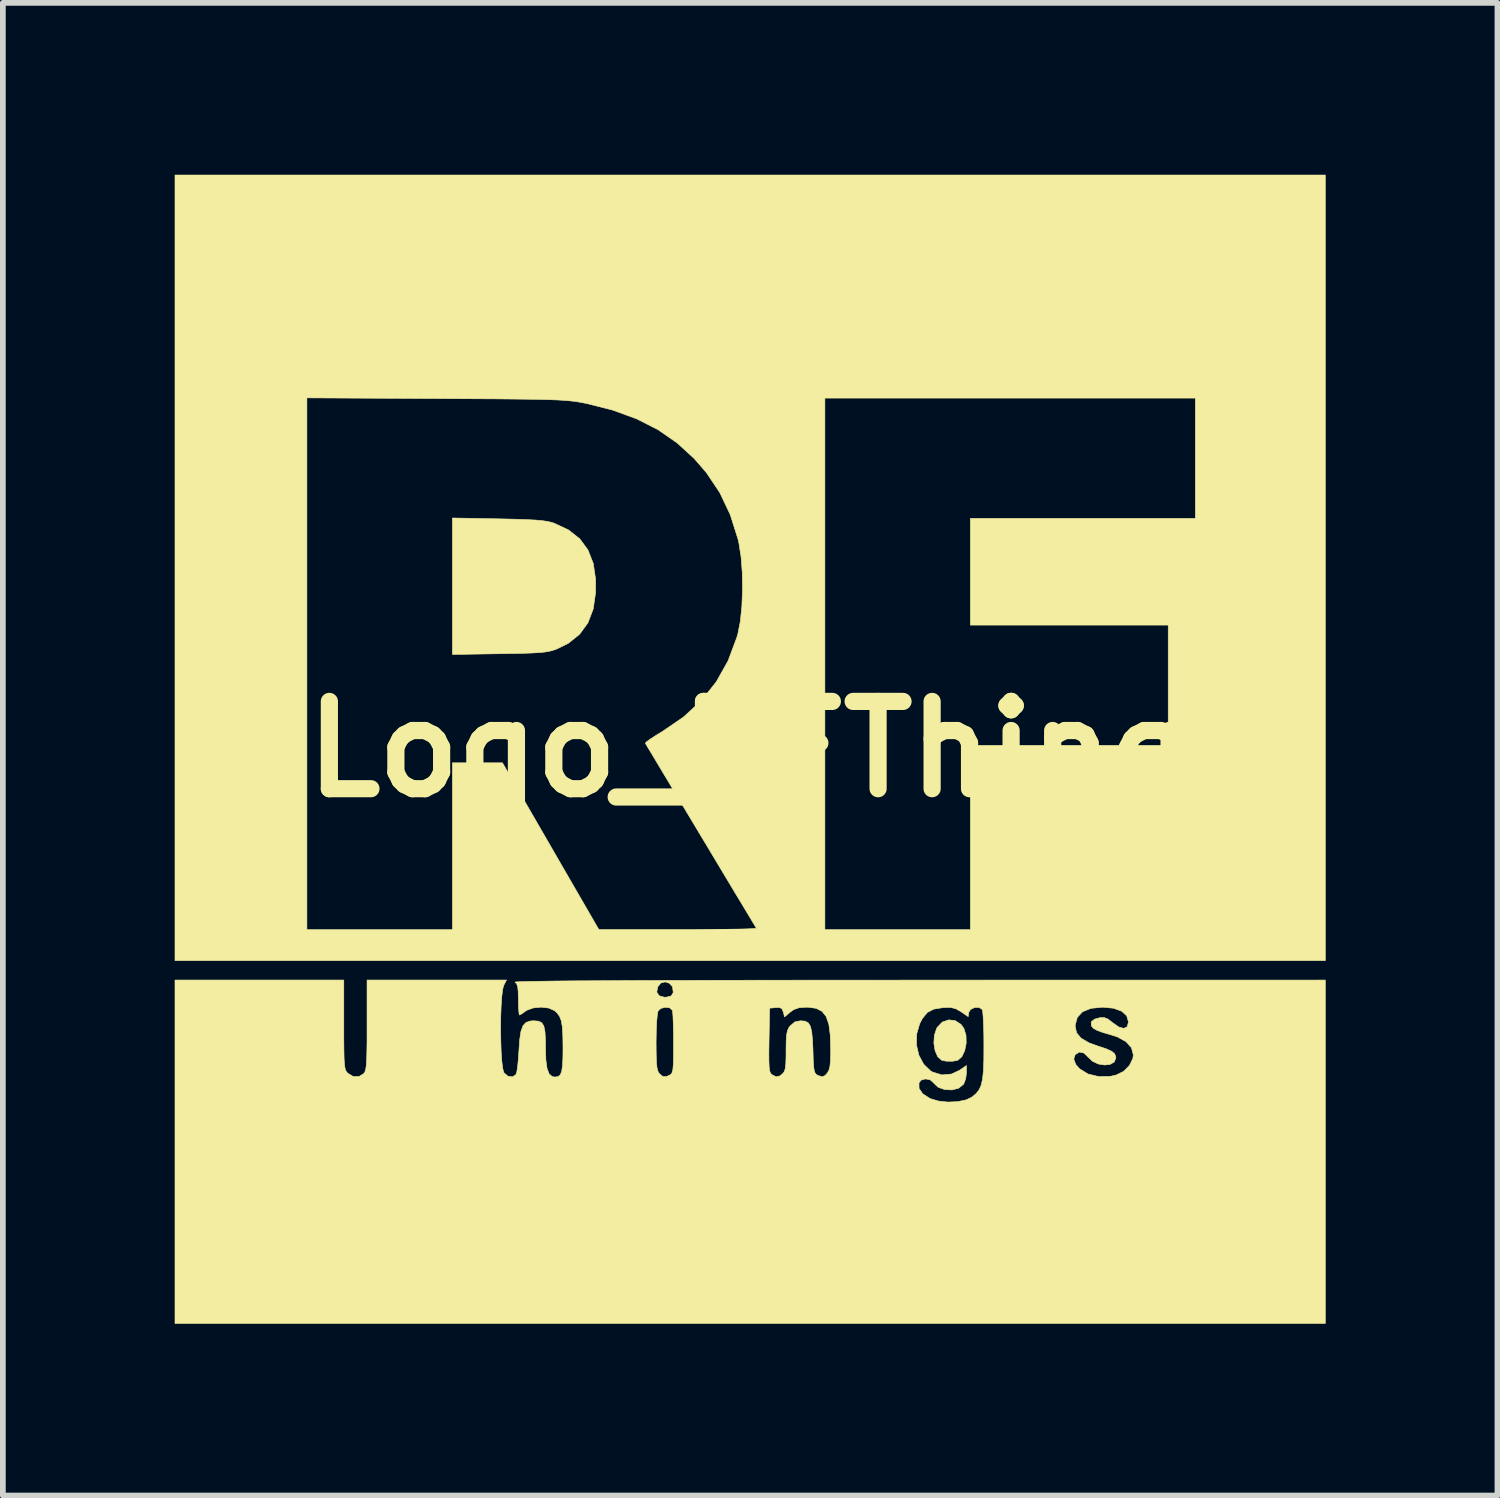
<source format=kicad_pcb>
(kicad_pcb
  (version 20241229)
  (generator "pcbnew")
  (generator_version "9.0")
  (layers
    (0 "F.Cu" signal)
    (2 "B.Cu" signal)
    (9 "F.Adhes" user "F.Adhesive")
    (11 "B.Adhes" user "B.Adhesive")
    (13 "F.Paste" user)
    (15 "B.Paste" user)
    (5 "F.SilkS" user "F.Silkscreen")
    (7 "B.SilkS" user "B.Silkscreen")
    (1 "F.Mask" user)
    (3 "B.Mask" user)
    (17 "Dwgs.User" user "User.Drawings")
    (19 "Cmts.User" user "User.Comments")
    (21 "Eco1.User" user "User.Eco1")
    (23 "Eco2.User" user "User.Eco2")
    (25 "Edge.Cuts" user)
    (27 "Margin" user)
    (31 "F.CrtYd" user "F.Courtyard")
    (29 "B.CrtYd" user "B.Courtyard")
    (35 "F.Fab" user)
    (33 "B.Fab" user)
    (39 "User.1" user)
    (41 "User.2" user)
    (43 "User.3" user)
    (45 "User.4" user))
  (footprint "Logo_RFThing"
    (layer "F.Cu")
    (at 10.03 10.03)
    (property "Reference" "Logo_RFThing" (at 0 0 0) (layer "F.SilkS") (effects (font (size 1.524 1.524) (thickness 0.3))))
    (attr through_hole)
    (fp_poly (pts (xy 3.599 4.74) (xy 3.7 4.807) (xy 3.749 4.877) (xy 3.785 4.997) (xy 3.788 5.133) (xy 3.762 5.264) (xy 3.711 5.37) (xy 3.64 5.431) (xy 3.639 5.431) (xy 3.548 5.448) (xy 3.438 5.446) (xy 3.361 5.43) (xy 3.291 5.369) (xy 3.245 5.263) (xy 3.224 5.132) (xy 3.232 4.995) (xy 3.272 4.874) (xy 3.282 4.856) (xy 3.372 4.763) (xy 3.484 4.725) (xy 3.599 4.74)) (stroke (width 0.01) (type solid)) (fill yes) (layer "F.SilkS"))
    (fp_poly (pts (xy -4.377 -4.022) (xy -4.108 -4.016) (xy -3.897 -4.009) (xy -3.735 -4.001) (xy -3.612 -3.99) (xy -3.518 -3.976) (xy -3.443 -3.958) (xy -3.404 -3.945) (xy -3.153 -3.827) (xy -2.957 -3.672) (xy -2.814 -3.477) (xy -2.722 -3.241) (xy -2.681 -2.961) (xy -2.682 -2.735) (xy -2.723 -2.449) (xy -2.816 -2.206) (xy -2.961 -2.007) (xy -3.158 -1.849) (xy -3.35 -1.754) (xy -3.415 -1.73) (xy -3.48 -1.712) (xy -3.557 -1.698) (xy -3.655 -1.687) (xy -3.783 -1.68) (xy -3.952 -1.674) (xy -4.173 -1.67) (xy -4.36 -1.667) (xy -5.182 -1.654) (xy -5.182 -4.037) (xy -4.377 -4.022)) (stroke (width 0.01) (type solid)) (fill yes) (layer "F.SilkS"))
    (fp_poly (pts (xy 10.058 3.691) (xy -10.025 3.691) (xy -10.025 3.15) (xy -7.722 3.15) (xy -5.182 3.15) (xy -5.182 0.237) (xy -4.308 0.237) (xy -3.467 1.693) (xy -2.625 3.149) (xy -1.243 3.149) (xy -0.945 3.149) (xy -0.67 3.147) (xy -0.424 3.144) (xy -0.216 3.141) (xy -0.051 3.137) (xy 0.063 3.132) (xy 0.119 3.127) (xy 0.124 3.124) (xy 0.104 3.091) (xy 0.053 3.005) (xy -0.027 2.872) (xy -0.132 2.697) (xy -0.26 2.486) (xy -0.405 2.243) (xy -0.567 1.974) (xy -0.74 1.684) (xy -0.847 1.507) (xy -1.026 1.208) (xy -1.195 0.927) (xy -1.35 0.669) (xy -1.488 0.439) (xy -1.606 0.242) (xy -1.7 0.084) (xy -1.769 -0.029) (xy -1.807 -0.093) (xy -1.814 -0.105) (xy -1.792 -0.13) (xy -1.723 -0.18) (xy -1.618 -0.248) (xy -1.52 -0.307) (xy -1.147 -0.562) (xy -0.833 -0.851) (xy -0.574 -1.178) (xy -0.369 -1.543) (xy -0.217 -1.95) (xy -0.198 -2.015) (xy -0.155 -2.233) (xy -0.128 -2.496) (xy -0.117 -2.784) (xy -0.121 -3.078) (xy -0.142 -3.356) (xy -0.18 -3.599) (xy -0.195 -3.665) (xy -0.331 -4.094) (xy -0.513 -4.478) (xy -0.747 -4.828) (xy -0.96 -5.074) (xy -1.26 -5.348) (xy -1.592 -5.578) (xy -1.964 -5.767) (xy -2.383 -5.92) (xy -2.833 -6.034) (xy -2.908 -6.049) (xy -2.979 -6.062) (xy -3.053 -6.073) (xy -3.134 -6.082) (xy -3.229 -6.09) (xy -3.343 -6.097) (xy -3.481 -6.102) (xy -3.65 -6.107) (xy -3.855 -6.11) (xy -4.101 -6.113) (xy -4.394 -6.116) (xy -4.74 -6.118) (xy -5.144 -6.12) (xy -5.461 -6.122) (xy -6.966 -6.13) (xy 1.321 -6.13) (xy 1.321 3.15) (xy 3.861 3.15) (xy 3.861 -0.068) (xy 7.315 -0.068) (xy 7.315 -2.167) (xy 3.861 -2.167) (xy 3.861 -4.03) (xy 7.789 -4.03) (xy 7.789 -6.13) (xy 1.321 -6.13) (xy -6.966 -6.13) (xy -7.722 -6.134) (xy -7.722 3.15) (xy -10.025 3.15) (xy -10.025 -10.025) (xy 10.058 -10.025) (xy 10.058 3.691)) (stroke (width 0.01) (type solid)) (fill yes) (layer "F.SilkS"))
    (fp_poly (pts (xy -7.078 4.809) (xy -7.078 5.059) (xy -7.076 5.251) (xy -7.073 5.392) (xy -7.067 5.493) (xy -7.058 5.561) (xy -7.046 5.606) (xy -7.028 5.636) (xy -7.01 5.656) (xy -6.914 5.713) (xy -6.812 5.714) (xy -6.728 5.662) (xy -6.71 5.634) (xy -6.696 5.591) (xy -6.686 5.525) (xy -6.679 5.426) (xy -6.675 5.286) (xy -6.672 5.097) (xy -6.672 4.849) (xy -6.672 4.815) (xy -6.672 4.03) (xy -4.237 4.03) (xy -4.286 4.123) (xy -4.305 4.195) (xy -4.32 4.32) (xy -4.331 4.484) (xy -4.338 4.675) (xy -4.34 4.879) (xy -4.337 5.083) (xy -4.331 5.274) (xy -4.32 5.44) (xy -4.305 5.566) (xy -4.286 5.641) (xy -4.282 5.648) (xy -4.211 5.71) (xy -4.131 5.719) (xy -4.073 5.681) (xy -4.057 5.631) (xy -4.042 5.53) (xy -4.029 5.393) (xy -4.021 5.274) (xy -4.007 5.07) (xy -3.985 4.924) (xy -3.949 4.827) (xy -3.897 4.771) (xy -3.823 4.745) (xy -3.76 4.741) (xy -3.679 4.748) (xy -3.623 4.775) (xy -3.586 4.832) (xy -3.566 4.929) (xy -3.557 5.077) (xy -3.556 5.223) (xy -3.55 5.429) (xy -3.529 5.576) (xy -3.493 5.669) (xy -3.438 5.716) (xy -3.392 5.723) (xy -3.337 5.716) (xy -3.299 5.686) (xy -3.274 5.625) (xy -3.259 5.523) (xy -3.252 5.371) (xy -3.251 5.206) (xy -3.252 5.117) (xy -1.626 5.117) (xy -1.624 5.315) (xy -1.62 5.456) (xy -1.611 5.553) (xy -1.597 5.615) (xy -1.576 5.654) (xy -1.57 5.662) (xy -1.508 5.714) (xy -1.445 5.715) (xy -1.386 5.688) (xy -1.361 5.67) (xy -1.344 5.64) (xy -1.332 5.586) (xy -1.325 5.499) (xy -1.322 5.368) (xy -1.321 5.289) (xy 0.343 5.289) (xy 0.344 5.441) (xy 0.348 5.546) (xy 0.356 5.613) (xy 0.371 5.654) (xy 0.391 5.678) (xy 0.395 5.681) (xy 0.47 5.719) (xy 0.536 5.703) (xy 0.582 5.667) (xy 0.61 5.631) (xy 0.629 5.577) (xy 0.639 5.49) (xy 0.643 5.356) (xy 0.643 5.266) (xy 0.645 5.102) (xy 0.652 4.991) (xy 0.667 4.916) (xy 0.692 4.861) (xy 0.714 4.831) (xy 0.8 4.759) (xy 0.896 4.741) (xy 0.974 4.748) (xy 1.03 4.776) (xy 1.067 4.834) (xy 1.091 4.931) (xy 1.105 5.078) (xy 1.113 5.257) (xy 1.118 5.428) (xy 1.125 5.544) (xy 1.136 5.617) (xy 1.153 5.659) (xy 1.18 5.684) (xy 1.21 5.699) (xy 1.277 5.719) (xy 1.328 5.694) (xy 1.359 5.659) (xy 1.389 5.611) (xy 1.408 5.546) (xy 1.418 5.449) (xy 1.422 5.305) (xy 1.422 5.237) (xy 1.42 5.163) (xy 2.92 5.163) (xy 2.962 5.343) (xy 3.046 5.5) (xy 3.166 5.616) (xy 3.203 5.637) (xy 3.365 5.686) (xy 3.531 5.671) (xy 3.67 5.606) (xy 3.793 5.522) (xy 3.793 5.649) (xy 3.779 5.755) (xy 3.745 5.844) (xy 3.741 5.85) (xy 3.657 5.918) (xy 3.54 5.948) (xy 3.412 5.942) (xy 3.298 5.901) (xy 3.219 5.827) (xy 3.215 5.82) (xy 3.158 5.771) (xy 3.078 5.756) (xy 3.003 5.776) (xy 2.964 5.824) (xy 2.965 5.923) (xy 3.03 6.016) (xy 3.153 6.096) (xy 3.161 6.1) (xy 3.3 6.142) (xy 3.467 6.16) (xy 3.637 6.153) (xy 3.786 6.122) (xy 3.884 6.076) (xy 3.956 6.017) (xy 4.01 5.952) (xy 4.048 5.87) (xy 4.073 5.762) (xy 4.089 5.617) (xy 4.096 5.425) (xy 4.096 5.41) (xy 5.666 5.41) (xy 5.701 5.503) (xy 5.766 5.578) (xy 5.915 5.67) (xy 6.1 5.715) (xy 6.303 5.711) (xy 6.407 5.688) (xy 6.537 5.624) (xy 6.639 5.521) (xy 6.698 5.398) (xy 6.706 5.336) (xy 6.673 5.211) (xy 6.579 5.106) (xy 6.429 5.023) (xy 6.336 4.993) (xy 6.176 4.946) (xy 6.07 4.907) (xy 6.007 4.871) (xy 5.975 4.831) (xy 5.972 4.824) (xy 5.971 4.759) (xy 6.03 4.713) (xy 6.118 4.688) (xy 6.195 4.684) (xy 6.266 4.713) (xy 6.344 4.774) (xy 6.453 4.85) (xy 6.54 4.874) (xy 6.599 4.845) (xy 6.621 4.764) (xy 6.621 4.76) (xy 6.59 4.653) (xy 6.501 4.573) (xy 6.36 4.522) (xy 6.171 4.504) (xy 6.166 4.504) (xy 5.966 4.524) (xy 5.82 4.583) (xy 5.728 4.681) (xy 5.691 4.817) (xy 5.691 4.836) (xy 5.715 4.95) (xy 5.793 5.044) (xy 5.93 5.125) (xy 6.081 5.18) (xy 6.232 5.23) (xy 6.329 5.274) (xy 6.381 5.319) (xy 6.4 5.372) (xy 6.401 5.39) (xy 6.373 5.46) (xy 6.302 5.502) (xy 6.204 5.513) (xy 6.096 5.496) (xy 5.996 5.45) (xy 5.926 5.384) (xy 5.845 5.305) (xy 5.764 5.287) (xy 5.691 5.332) (xy 5.691 5.332) (xy 5.666 5.41) (xy 4.096 5.41) (xy 4.097 5.182) (xy 4.096 4.986) (xy 4.091 4.812) (xy 4.084 4.672) (xy 4.076 4.578) (xy 4.068 4.544) (xy 4.012 4.508) (xy 3.934 4.51) (xy 3.864 4.544) (xy 3.833 4.595) (xy 3.823 4.669) (xy 3.698 4.583) (xy 3.611 4.533) (xy 3.527 4.51) (xy 3.414 4.51) (xy 3.379 4.512) (xy 3.221 4.538) (xy 3.108 4.597) (xy 3.022 4.704) (xy 2.976 4.792) (xy 2.923 4.974) (xy 2.92 5.163) (xy 1.42 5.163) (xy 1.415 4.989) (xy 1.39 4.801) (xy 1.343 4.666) (xy 1.271 4.576) (xy 1.17 4.524) (xy 1.035 4.505) (xy 0.997 4.504) (xy 0.87 4.513) (xy 0.779 4.545) (xy 0.717 4.589) (xy 0.617 4.673) (xy 0.595 4.587) (xy 0.569 4.527) (xy 0.517 4.508) (xy 0.465 4.511) (xy 0.356 4.521) (xy 0.346 5.08) (xy 0.343 5.289) (xy -1.321 5.289) (xy -1.321 5.182) (xy -1.321 5.132) (xy -1.322 4.948) (xy -1.326 4.785) (xy -1.331 4.657) (xy -1.338 4.576) (xy -1.341 4.558) (xy -1.389 4.515) (xy -1.466 4.505) (xy -1.544 4.526) (xy -1.591 4.57) (xy -1.603 4.627) (xy -1.614 4.737) (xy -1.622 4.888) (xy -1.625 5.064) (xy -1.626 5.117) (xy -3.252 5.117) (xy -3.254 5) (xy -3.263 4.848) (xy -3.281 4.74) (xy -3.312 4.661) (xy -3.358 4.601) (xy -3.399 4.564) (xy -3.499 4.519) (xy -3.631 4.503) (xy -3.768 4.516) (xy -3.882 4.557) (xy -3.904 4.572) (xy -3.969 4.619) (xy -4.009 4.64) (xy -4.01 4.64) (xy -4.019 4.609) (xy -4.026 4.526) (xy -4.03 4.407) (xy -4.03 4.37) (xy -4.033 4.24) (xy -1.614 4.24) (xy -1.573 4.304) (xy -1.482 4.33) (xy -1.442 4.328) (xy -1.362 4.307) (xy -1.329 4.254) (xy -1.327 4.24) (xy -1.339 4.148) (xy -1.391 4.087) (xy -1.465 4.062) (xy -1.541 4.081) (xy -1.597 4.148) (xy -1.614 4.24) (xy -4.033 4.24) (xy -4.033 4.229) (xy -4.043 4.141) (xy -4.063 4.09) (xy -4.089 4.067) (xy -4.068 4.062) (xy -3.986 4.058) (xy -3.843 4.054) (xy -3.64 4.051) (xy -3.374 4.047) (xy -3.047 4.044) (xy -2.657 4.042) (xy -2.203 4.039) (xy -1.686 4.037) (xy -1.104 4.036) (xy -0.457 4.034) (xy 0.255 4.033) (xy 1.033 4.032) (xy 1.878 4.032) (xy 2.789 4.031) (xy 2.955 4.031) (xy 10.058 4.03) (xy 10.058 10.025) (xy -10.025 10.025) (xy -10.025 4.03) (xy -7.078 4.03) (xy -7.078 4.809)) (stroke (width 0.01) (type solid)) (fill yes) (layer "F.SilkS")))
  (gr_rect
    (start -3 -3)
    (end 23.093 23.059)
    (stroke (width 0.1) (type default))
    (fill no)
    (layer "Edge.Cuts")))
</source>
